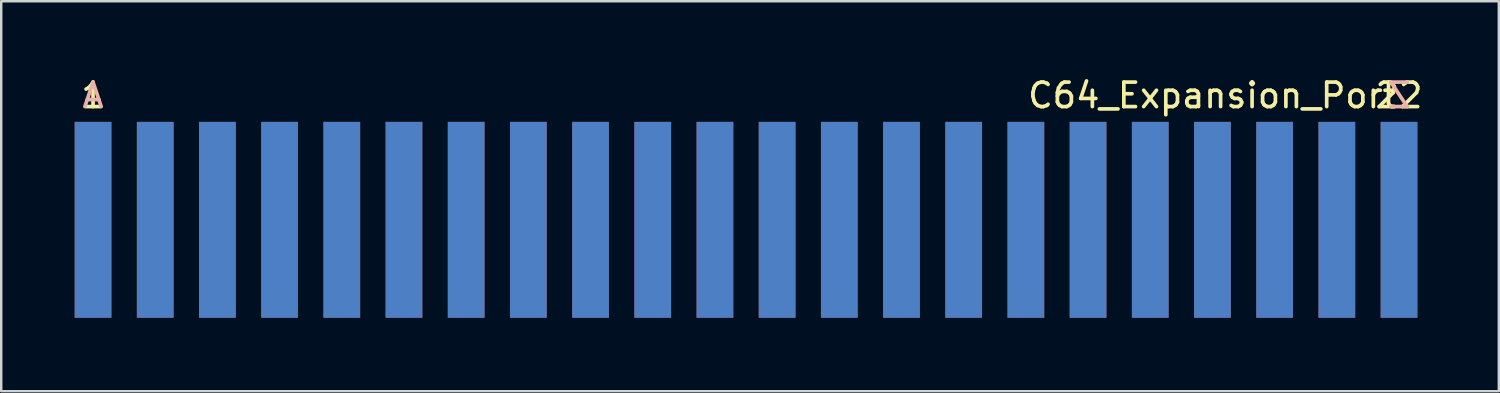
<source format=kicad_pcb>
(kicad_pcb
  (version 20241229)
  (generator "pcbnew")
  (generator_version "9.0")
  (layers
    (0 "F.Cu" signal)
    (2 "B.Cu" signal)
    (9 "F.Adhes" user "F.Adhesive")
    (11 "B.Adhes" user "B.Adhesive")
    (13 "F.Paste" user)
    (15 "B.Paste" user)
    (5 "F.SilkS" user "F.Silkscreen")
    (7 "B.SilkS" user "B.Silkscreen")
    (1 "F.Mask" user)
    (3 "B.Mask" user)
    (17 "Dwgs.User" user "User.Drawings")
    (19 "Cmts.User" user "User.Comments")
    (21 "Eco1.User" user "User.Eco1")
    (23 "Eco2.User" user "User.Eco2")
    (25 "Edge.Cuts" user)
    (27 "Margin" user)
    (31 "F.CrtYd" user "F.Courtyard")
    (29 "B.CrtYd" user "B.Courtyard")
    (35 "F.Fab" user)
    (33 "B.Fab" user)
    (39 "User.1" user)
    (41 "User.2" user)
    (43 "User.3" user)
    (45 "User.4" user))
  (footprint "C64_Expansion_Port"
    (layer "F.Cu")
    (at 28.69 5.928)
    (property "Reference" "C64_Expansion_Port" (at 17.78 -5.08 0) (layer "F.SilkS") (effects (font (size 1 1) (thickness 0.15))))
    (attr through_hole)
    (fp_text user "1" (at -27.94 -5.08 0) (layer "F.SilkS") (effects (font (size 1 1) (thickness 0.15))))
    (fp_text user "22" (at 25.4 -5.08 0) (layer "F.SilkS") (effects (font (size 1 1) (thickness 0.15))))
    (fp_text user "A" (at -27.94 -5.08 0) (layer "B.SilkS") (effects (font (size 1 1) (thickness 0.15)) (justify mirror)))
    (fp_text user "Z" (at 25.4 -5.08 0) (layer "B.SilkS") (effects (font (size 1 1) (thickness 0.15)) (justify mirror)))
    (pad "1" connect rect (at -27.94 0) (size 1.5 8) (layers "F.Cu" "F.Mask"))
    (pad "2" connect rect (at -25.4 0) (size 1.5 8) (layers "F.Cu" "F.Mask"))
    (pad "3" connect rect (at -22.86 0) (size 1.5 8) (layers "F.Cu" "F.Mask"))
    (pad "4" connect rect (at -20.32 0) (size 1.5 8) (layers "F.Cu" "F.Mask"))
    (pad "5" connect rect (at -17.78 0) (size 1.5 8) (layers "F.Cu" "F.Mask"))
    (pad "6" connect rect (at -15.24 0) (size 1.5 8) (layers "F.Cu" "F.Mask"))
    (pad "7" connect rect (at -12.7 0) (size 1.5 8) (layers "F.Cu" "F.Mask"))
    (pad "8" connect rect (at -10.16 0) (size 1.5 8) (layers "F.Cu" "F.Mask"))
    (pad "9" connect rect (at -7.62 0) (size 1.5 8) (layers "F.Cu" "F.Mask"))
    (pad "10" connect rect (at -5.08 0) (size 1.5 8) (layers "F.Cu" "F.Mask"))
    (pad "11" connect rect (at -2.54 0) (size 1.5 8) (layers "F.Cu" "F.Mask"))
    (pad "12" connect rect (at 0 0) (size 1.5 8) (layers "F.Cu" "F.Mask"))
    (pad "13" connect rect (at 2.54 0) (size 1.5 8) (layers "F.Cu" "F.Mask"))
    (pad "14" connect rect (at 5.08 0) (size 1.5 8) (layers "F.Cu" "F.Mask"))
    (pad "15" connect rect (at 7.62 0) (size 1.5 8) (layers "F.Cu" "F.Mask"))
    (pad "16" connect rect (at 10.16 0) (size 1.5 8) (layers "F.Cu" "F.Mask"))
    (pad "17" connect rect (at 12.7 0) (size 1.5 8) (layers "F.Cu" "F.Mask"))
    (pad "18" connect rect (at 15.24 0) (size 1.5 8) (layers "F.Cu" "F.Mask"))
    (pad "19" connect rect (at 17.78 0) (size 1.5 8) (layers "F.Cu" "F.Mask"))
    (pad "20" connect rect (at 20.32 0) (size 1.5 8) (layers "F.Cu" "F.Mask"))
    (pad "21" connect rect (at 22.86 0) (size 1.5 8) (layers "F.Cu" "F.Mask"))
    (pad "22" connect rect (at 25.4 0) (size 1.5 8) (layers "F.Cu" "F.Mask"))
    (pad "A" connect rect (at -27.94 0) (size 1.5 8) (layers "F.Mask" "B.Cu"))
    (pad "B" connect rect (at -25.4 0) (size 1.5 8) (layers "F.Mask" "B.Cu"))
    (pad "C" connect rect (at -22.86 0) (size 1.5 8) (layers "F.Mask" "B.Cu"))
    (pad "D" connect rect (at -20.32 0) (size 1.5 8) (layers "F.Mask" "B.Cu"))
    (pad "E" connect rect (at -17.78 0) (size 1.5 8) (layers "F.Mask" "B.Cu"))
    (pad "F" connect rect (at -15.24 0) (size 1.5 8) (layers "F.Mask" "B.Cu"))
    (pad "H" connect rect (at -12.7 0) (size 1.5 8) (layers "F.Mask" "B.Cu"))
    (pad "J" connect rect (at -10.16 0) (size 1.5 8) (layers "F.Mask" "B.Cu"))
    (pad "K" connect rect (at -7.62 0) (size 1.5 8) (layers "F.Mask" "B.Cu"))
    (pad "L" connect rect (at -5.08 0) (size 1.5 8) (layers "F.Mask" "B.Cu"))
    (pad "M" connect rect (at -2.54 0) (size 1.5 8) (layers "F.Mask" "B.Cu"))
    (pad "N" connect rect (at 0 0) (size 1.5 8) (layers "F.Mask" "B.Cu"))
    (pad "P" connect rect (at 2.54 0) (size 1.5 8) (layers "F.Mask" "B.Cu"))
    (pad "R" connect rect (at 5.08 0) (size 1.5 8) (layers "F.Mask" "B.Cu"))
    (pad "S" connect rect (at 7.62 0) (size 1.5 8) (layers "F.Mask" "B.Cu"))
    (pad "T" connect rect (at 10.16 0) (size 1.5 8) (layers "F.Mask" "B.Cu"))
    (pad "U" connect rect (at 12.7 0) (size 1.5 8) (layers "F.Mask" "B.Cu"))
    (pad "V" connect rect (at 15.24 0) (size 1.5 8) (layers "F.Mask" "B.Cu"))
    (pad "W" connect rect (at 17.78 0) (size 1.5 8) (layers "F.Mask" "B.Cu"))
    (pad "X" connect rect (at 20.32 0) (size 1.5 8) (layers "F.Mask" "B.Cu"))
    (pad "Y" connect rect (at 22.86 0) (size 1.5 8) (layers "F.Mask" "B.Cu"))
    (pad "Z" connect rect (at 25.4 0) (size 1.5 8) (layers "F.Mask" "B.Cu")))
  (gr_rect
    (start -3 -3)
    (end 58.167 12.928)
    (stroke (width 0.1) (type default))
    (fill no)
    (layer "Edge.Cuts")))
</source>
